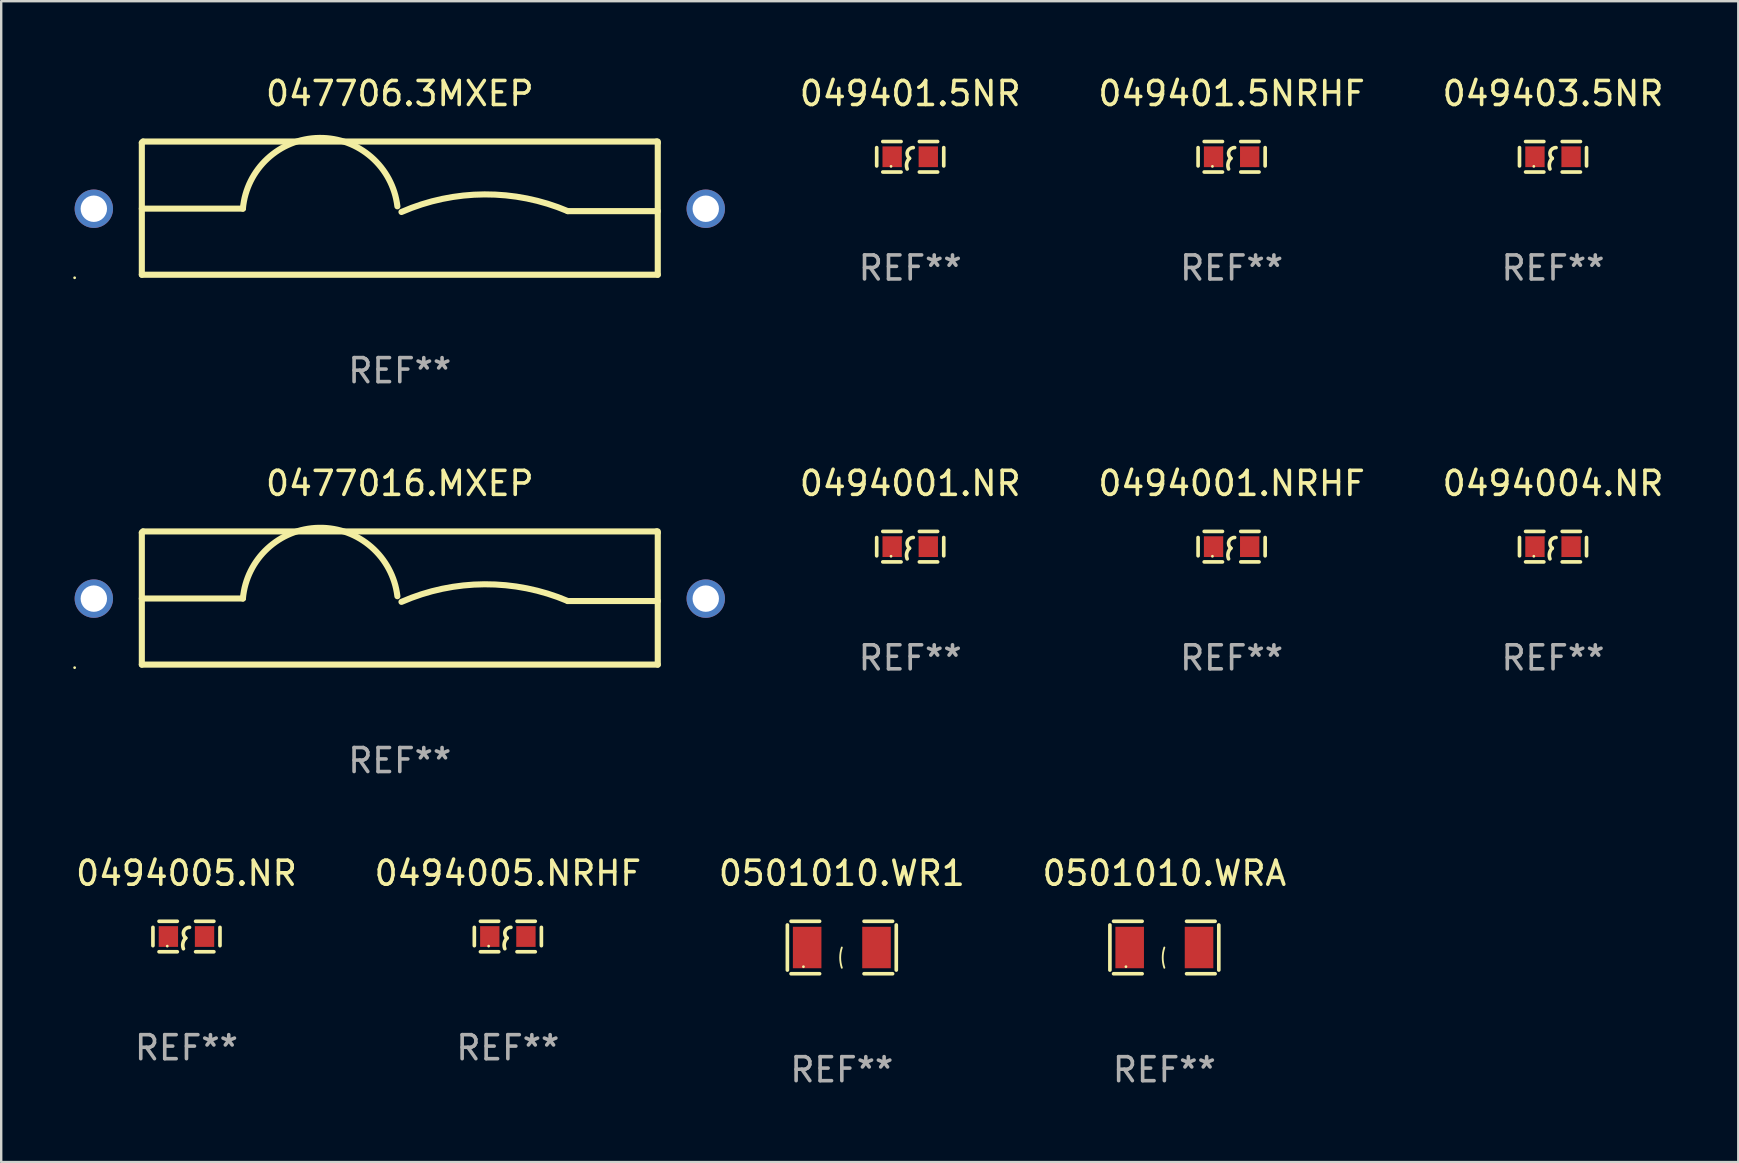
<source format=kicad_pcb>
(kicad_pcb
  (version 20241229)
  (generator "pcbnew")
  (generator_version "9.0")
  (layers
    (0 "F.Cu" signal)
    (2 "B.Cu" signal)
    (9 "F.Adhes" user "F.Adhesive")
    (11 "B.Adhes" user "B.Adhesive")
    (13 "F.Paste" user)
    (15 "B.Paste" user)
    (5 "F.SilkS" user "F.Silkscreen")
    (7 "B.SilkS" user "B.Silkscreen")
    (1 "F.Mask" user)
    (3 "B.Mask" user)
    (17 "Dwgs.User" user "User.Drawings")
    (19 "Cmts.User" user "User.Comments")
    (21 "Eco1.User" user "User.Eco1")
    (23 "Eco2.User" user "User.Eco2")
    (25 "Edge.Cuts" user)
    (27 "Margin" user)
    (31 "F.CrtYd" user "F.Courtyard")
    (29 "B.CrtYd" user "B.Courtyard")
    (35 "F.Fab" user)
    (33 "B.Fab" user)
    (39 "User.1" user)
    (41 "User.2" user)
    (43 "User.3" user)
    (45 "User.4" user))
  (footprint "0494001.NR"
    (layer "F.Cu")
    (at 34.88 19.73)
    (property "Reference" "0494001.NR" (at 0 -2.635 0) (layer "F.SilkS") (effects (font (size 1 1) (thickness 0.15))))
    (attr through_hole)
    (fp_line (start -1.397 -0.381) (end -1.397 0.381) (stroke (width 0.152) (type solid)) (layer "F.SilkS"))
    (fp_line (start -0.381 -0.635) (end -1.143 -0.635) (stroke (width 0.152) (type solid)) (layer "F.SilkS"))
    (fp_line (start -0.381 0.635) (end -1.143 0.635) (stroke (width 0.152) (type solid)) (layer "F.SilkS"))
    (fp_line (start 0.381 -0.635) (end 1.143 -0.635) (stroke (width 0.152) (type solid)) (layer "F.SilkS"))
    (fp_line (start 0.381 0.635) (end 1.143 0.635) (stroke (width 0.152) (type solid)) (layer "F.SilkS"))
    (fp_line (start 1.397 -0.381) (end 1.397 0.381) (stroke (width 0.152) (type solid)) (layer "F.SilkS"))
    (fp_arc (start -0.127 0.508001) (mid -0.146523 0.271131) (end -0.030861 0.0635) (stroke (width 0.151994) (type solid)) (layer "F.SilkS"))
    (fp_arc (start -0.03175 0.0635) (mid -0.113571 -0.216321) (end 0.127001 -0.381002) (stroke (width 0.151994) (type solid)) (layer "F.SilkS"))
    (fp_circle (center -0.8 0.4) (end -0.77 0.4) (stroke (width 0.06) (type solid)) (fill no) (layer "F.SilkS"))
    (fp_text user "REF**" (at 0 4.635 0) (layer "F.Fab") (effects (font (size 1 1) (thickness 0.15))))
    (pad "1" smd rect (at -0.753 0) (size 0.806 0.864) (layers "F.Cu" "F.Mask" "F.Paste"))
    (pad "2" smd rect (at 0.753 0) (size 0.806 0.864) (layers "F.Cu" "F.Mask" "F.Paste")))
  (footprint "049401.5NRHF"
    (layer "F.Cu")
    (at 48.273 3.483)
    (property "Reference" "049401.5NRHF" (at 0 -2.635 0) (layer "F.SilkS") (effects (font (size 1 1) (thickness 0.15))))
    (attr through_hole)
    (fp_line (start -1.397 -0.381) (end -1.397 0.381) (stroke (width 0.152) (type solid)) (layer "F.SilkS"))
    (fp_line (start -0.381 -0.635) (end -1.143 -0.635) (stroke (width 0.152) (type solid)) (layer "F.SilkS"))
    (fp_line (start -0.381 0.635) (end -1.143 0.635) (stroke (width 0.152) (type solid)) (layer "F.SilkS"))
    (fp_line (start 0.381 -0.635) (end 1.143 -0.635) (stroke (width 0.152) (type solid)) (layer "F.SilkS"))
    (fp_line (start 0.381 0.635) (end 1.143 0.635) (stroke (width 0.152) (type solid)) (layer "F.SilkS"))
    (fp_line (start 1.397 -0.381) (end 1.397 0.381) (stroke (width 0.152) (type solid)) (layer "F.SilkS"))
    (fp_arc (start -0.127 0.508001) (mid -0.146523 0.271131) (end -0.030861 0.0635) (stroke (width 0.151994) (type solid)) (layer "F.SilkS"))
    (fp_arc (start -0.03175 0.0635) (mid -0.113571 -0.216321) (end 0.127001 -0.381002) (stroke (width 0.151994) (type solid)) (layer "F.SilkS"))
    (fp_circle (center -0.8 0.4) (end -0.77 0.4) (stroke (width 0.06) (type solid)) (fill no) (layer "F.SilkS"))
    (fp_text user "REF**" (at 0 4.635 0) (layer "F.Fab") (effects (font (size 1 1) (thickness 0.15))))
    (pad "1" smd rect (at -0.753 0) (size 0.806 0.864) (layers "F.Cu" "F.Mask" "F.Paste"))
    (pad "2" smd rect (at 0.753 0) (size 0.806 0.864) (layers "F.Cu" "F.Mask" "F.Paste")))
  (footprint "049403.5NR"
    (layer "F.Cu")
    (at 61.666 3.483)
    (property "Reference" "049403.5NR" (at 0 -2.635 0) (layer "F.SilkS") (effects (font (size 1 1) (thickness 0.15))))
    (attr through_hole)
    (fp_line (start -1.397 -0.381) (end -1.397 0.381) (stroke (width 0.152) (type solid)) (layer "F.SilkS"))
    (fp_line (start -0.381 -0.635) (end -1.143 -0.635) (stroke (width 0.152) (type solid)) (layer "F.SilkS"))
    (fp_line (start -0.381 0.635) (end -1.143 0.635) (stroke (width 0.152) (type solid)) (layer "F.SilkS"))
    (fp_line (start 0.381 -0.635) (end 1.143 -0.635) (stroke (width 0.152) (type solid)) (layer "F.SilkS"))
    (fp_line (start 0.381 0.635) (end 1.143 0.635) (stroke (width 0.152) (type solid)) (layer "F.SilkS"))
    (fp_line (start 1.397 -0.381) (end 1.397 0.381) (stroke (width 0.152) (type solid)) (layer "F.SilkS"))
    (fp_arc (start -0.127 0.508001) (mid -0.146523 0.271131) (end -0.030861 0.0635) (stroke (width 0.151994) (type solid)) (layer "F.SilkS"))
    (fp_arc (start -0.03175 0.0635) (mid -0.113571 -0.216321) (end 0.127001 -0.381002) (stroke (width 0.151994) (type solid)) (layer "F.SilkS"))
    (fp_circle (center -0.8 0.4) (end -0.77 0.4) (stroke (width 0.06) (type solid)) (fill no) (layer "F.SilkS"))
    (fp_text user "REF**" (at 0 4.635 0) (layer "F.Fab") (effects (font (size 1 1) (thickness 0.15))))
    (pad "1" smd rect (at -0.753 0) (size 0.806 0.864) (layers "F.Cu" "F.Mask" "F.Paste"))
    (pad "2" smd rect (at 0.753 0) (size 0.806 0.864) (layers "F.Cu" "F.Mask" "F.Paste")))
  (footprint "0494001.NRHF"
    (layer "F.Cu")
    (at 48.273 19.73)
    (property "Reference" "0494001.NRHF" (at 0 -2.635 0) (layer "F.SilkS") (effects (font (size 1 1) (thickness 0.15))))
    (attr through_hole)
    (fp_line (start -1.397 -0.381) (end -1.397 0.381) (stroke (width 0.152) (type solid)) (layer "F.SilkS"))
    (fp_line (start -0.381 -0.635) (end -1.143 -0.635) (stroke (width 0.152) (type solid)) (layer "F.SilkS"))
    (fp_line (start -0.381 0.635) (end -1.143 0.635) (stroke (width 0.152) (type solid)) (layer "F.SilkS"))
    (fp_line (start 0.381 -0.635) (end 1.143 -0.635) (stroke (width 0.152) (type solid)) (layer "F.SilkS"))
    (fp_line (start 0.381 0.635) (end 1.143 0.635) (stroke (width 0.152) (type solid)) (layer "F.SilkS"))
    (fp_line (start 1.397 -0.381) (end 1.397 0.381) (stroke (width 0.152) (type solid)) (layer "F.SilkS"))
    (fp_arc (start -0.127 0.508001) (mid -0.146523 0.271131) (end -0.030861 0.0635) (stroke (width 0.151994) (type solid)) (layer "F.SilkS"))
    (fp_arc (start -0.03175 0.0635) (mid -0.113571 -0.216321) (end 0.127001 -0.381002) (stroke (width 0.151994) (type solid)) (layer "F.SilkS"))
    (fp_circle (center -0.8 0.4) (end -0.77 0.4) (stroke (width 0.06) (type solid)) (fill no) (layer "F.SilkS"))
    (fp_text user "REF**" (at 0 4.635 0) (layer "F.Fab") (effects (font (size 1 1) (thickness 0.15))))
    (pad "1" smd rect (at -0.753 0) (size 0.806 0.864) (layers "F.Cu" "F.Mask" "F.Paste"))
    (pad "2" smd rect (at 0.753 0) (size 0.806 0.864) (layers "F.Cu" "F.Mask" "F.Paste")))
  (footprint "047706.3MXEP"
    (layer "F.Cu")
    (at 13.61 5.623)
    (property "Reference" "047706.3MXEP" (at 0 -4.775 0) (layer "F.SilkS") (effects (font (size 1 1) (thickness 0.15))))
    (attr through_hole)
    (fp_line (start -10.75 -2.725) (end -10.7 -2.775) (stroke (width 0.254) (type solid)) (layer "F.SilkS"))
    (fp_line (start -10.75 2.775) (end -10.75 -2.725) (stroke (width 0.254) (type solid)) (layer "F.SilkS"))
    (fp_line (start -10.75 2.775) (end 10.75 2.775) (stroke (width 0.254) (type solid)) (layer "F.SilkS"))
    (fp_line (start -10.7 -2.775) (end 10.7 -2.775) (stroke (width 0.254) (type solid)) (layer "F.SilkS"))
    (fp_line (start -6.538 0.021) (end -10.75 0.021) (stroke (width 0.254) (type solid)) (layer "F.SilkS"))
    (fp_line (start 7 0.125) (end 10.75 0.125) (stroke (width 0.254) (type solid)) (layer "F.SilkS"))
    (fp_line (start 10.7 -2.775) (end 10.75 -2.725) (stroke (width 0.254) (type solid)) (layer "F.SilkS"))
    (fp_line (start 10.75 2.775) (end 10.75 -2.775) (stroke (width 0.254) (type solid)) (layer "F.SilkS"))
    (fp_arc (start -6.538277 0.020573) (mid -3.362163 -2.925392) (end -0.1 -0.075006) (stroke (width 0.254001) (type solid)) (layer "F.SilkS"))
    (fp_arc (start 0.069571 0.160528) (mid 3.531132 -0.572293) (end 7.000025 0.124994) (stroke (width 0.254001) (type solid)) (layer "F.SilkS"))
    (fp_circle (center -13.55 2.902) (end -13.52 2.902) (stroke (width 0.06) (type solid)) (fill no) (layer "F.SilkS"))
    (fp_text user "REF**" (at 0 6.775 0) (layer "F.Fab") (effects (font (size 1 1) (thickness 0.15))))
    (pad "1" thru_hole circle (at -12.75 0.025) (size 1.6 1.6) (drill 1.1) (layers "*.Cu" "*.Mask"))
    (pad "2" thru_hole circle (at 12.75 0.025) (size 1.6 1.6) (drill 1.1) (layers "*.Cu" "*.Mask")))
  (footprint "0494004.NR"
    (layer "F.Cu")
    (at 61.666 19.73)
    (property "Reference" "0494004.NR" (at 0 -2.635 0) (layer "F.SilkS") (effects (font (size 1 1) (thickness 0.15))))
    (attr through_hole)
    (fp_line (start -1.397 -0.381) (end -1.397 0.381) (stroke (width 0.152) (type solid)) (layer "F.SilkS"))
    (fp_line (start -0.381 -0.635) (end -1.143 -0.635) (stroke (width 0.152) (type solid)) (layer "F.SilkS"))
    (fp_line (start -0.381 0.635) (end -1.143 0.635) (stroke (width 0.152) (type solid)) (layer "F.SilkS"))
    (fp_line (start 0.381 -0.635) (end 1.143 -0.635) (stroke (width 0.152) (type solid)) (layer "F.SilkS"))
    (fp_line (start 0.381 0.635) (end 1.143 0.635) (stroke (width 0.152) (type solid)) (layer "F.SilkS"))
    (fp_line (start 1.397 -0.381) (end 1.397 0.381) (stroke (width 0.152) (type solid)) (layer "F.SilkS"))
    (fp_arc (start -0.127 0.508001) (mid -0.146523 0.271131) (end -0.030861 0.0635) (stroke (width 0.151994) (type solid)) (layer "F.SilkS"))
    (fp_arc (start -0.03175 0.0635) (mid -0.113571 -0.216321) (end 0.127001 -0.381002) (stroke (width 0.151994) (type solid)) (layer "F.SilkS"))
    (fp_circle (center -0.8 0.4) (end -0.77 0.4) (stroke (width 0.06) (type solid)) (fill no) (layer "F.SilkS"))
    (fp_text user "REF**" (at 0 4.635 0) (layer "F.Fab") (effects (font (size 1 1) (thickness 0.15))))
    (pad "1" smd rect (at -0.753 0) (size 0.806 0.864) (layers "F.Cu" "F.Mask" "F.Paste"))
    (pad "2" smd rect (at 0.753 0) (size 0.806 0.864) (layers "F.Cu" "F.Mask" "F.Paste")))
  (footprint "0501010.WR1"
    (layer "F.Cu")
    (at 32.03 36.434)
    (property "Reference" "0501010.WR1" (at 0 -3.093 0) (layer "F.SilkS") (effects (font (size 1 1) (thickness 0.15))))
    (attr through_hole)
    (fp_line (start -2.269 -0.94) (end -2.269 0.94) (stroke (width 0.152) (type solid)) (layer "F.SilkS"))
    (fp_line (start -2.116 1.093) (end -0.926 1.093) (stroke (width 0.152) (type solid)) (layer "F.SilkS"))
    (fp_line (start -0.926 -1.093) (end -2.116 -1.093) (stroke (width 0.152) (type solid)) (layer "F.SilkS"))
    (fp_line (start 0.926 -1.093) (end 2.116 -1.093) (stroke (width 0.152) (type solid)) (layer "F.SilkS"))
    (fp_line (start 2.116 1.093) (end 0.926 1.093) (stroke (width 0.152) (type solid)) (layer "F.SilkS"))
    (fp_line (start 2.269 -0.94) (end 2.269 0.94) (stroke (width 0.152) (type solid)) (layer "F.SilkS"))
    (fp_arc (start 0 0.844951) (mid -0.068559 0.422475) (end 0 0) (stroke (width 0.0762) (type solid)) (layer "F.SilkS"))
    (fp_circle (center -1.6 0.8) (end -1.57 0.8) (stroke (width 0.06) (type solid)) (fill no) (layer "F.SilkS"))
    (fp_text user "REF**" (at 0 5.093 0) (layer "F.Fab") (effects (font (size 1 1) (thickness 0.15))))
    (pad "1" smd rect (at -1.445 0) (size 1.19 1.728) (layers "F.Cu" "F.Mask" "F.Paste"))
    (pad "2" smd rect (at 1.445 0) (size 1.19 1.728) (layers "F.Cu" "F.Mask" "F.Paste")))
  (footprint "049401.5NR"
    (layer "F.Cu")
    (at 34.88 3.483)
    (property "Reference" "049401.5NR" (at 0 -2.635 0) (layer "F.SilkS") (effects (font (size 1 1) (thickness 0.15))))
    (attr through_hole)
    (fp_line (start -1.397 -0.381) (end -1.397 0.381) (stroke (width 0.152) (type solid)) (layer "F.SilkS"))
    (fp_line (start -0.381 -0.635) (end -1.143 -0.635) (stroke (width 0.152) (type solid)) (layer "F.SilkS"))
    (fp_line (start -0.381 0.635) (end -1.143 0.635) (stroke (width 0.152) (type solid)) (layer "F.SilkS"))
    (fp_line (start 0.381 -0.635) (end 1.143 -0.635) (stroke (width 0.152) (type solid)) (layer "F.SilkS"))
    (fp_line (start 0.381 0.635) (end 1.143 0.635) (stroke (width 0.152) (type solid)) (layer "F.SilkS"))
    (fp_line (start 1.397 -0.381) (end 1.397 0.381) (stroke (width 0.152) (type solid)) (layer "F.SilkS"))
    (fp_arc (start -0.127 0.508001) (mid -0.146523 0.271131) (end -0.030861 0.0635) (stroke (width 0.151994) (type solid)) (layer "F.SilkS"))
    (fp_arc (start -0.03175 0.0635) (mid -0.113571 -0.216321) (end 0.127001 -0.381002) (stroke (width 0.151994) (type solid)) (layer "F.SilkS"))
    (fp_circle (center -0.8 0.4) (end -0.77 0.4) (stroke (width 0.06) (type solid)) (fill no) (layer "F.SilkS"))
    (fp_text user "REF**" (at 0 4.635 0) (layer "F.Fab") (effects (font (size 1 1) (thickness 0.15))))
    (pad "1" smd rect (at -0.753 0) (size 0.806 0.864) (layers "F.Cu" "F.Mask" "F.Paste"))
    (pad "2" smd rect (at 0.753 0) (size 0.806 0.864) (layers "F.Cu" "F.Mask" "F.Paste")))
  (footprint "0494005.NR"
    (layer "F.Cu")
    (at 4.72 35.976)
    (property "Reference" "0494005.NR" (at 0 -2.635 0) (layer "F.SilkS") (effects (font (size 1 1) (thickness 0.15))))
    (attr through_hole)
    (fp_line (start -1.397 -0.381) (end -1.397 0.381) (stroke (width 0.152) (type solid)) (layer "F.SilkS"))
    (fp_line (start -0.381 -0.635) (end -1.143 -0.635) (stroke (width 0.152) (type solid)) (layer "F.SilkS"))
    (fp_line (start -0.381 0.635) (end -1.143 0.635) (stroke (width 0.152) (type solid)) (layer "F.SilkS"))
    (fp_line (start 0.381 -0.635) (end 1.143 -0.635) (stroke (width 0.152) (type solid)) (layer "F.SilkS"))
    (fp_line (start 0.381 0.635) (end 1.143 0.635) (stroke (width 0.152) (type solid)) (layer "F.SilkS"))
    (fp_line (start 1.397 -0.381) (end 1.397 0.381) (stroke (width 0.152) (type solid)) (layer "F.SilkS"))
    (fp_arc (start -0.127 0.508001) (mid -0.146523 0.271131) (end -0.030861 0.0635) (stroke (width 0.151994) (type solid)) (layer "F.SilkS"))
    (fp_arc (start -0.03175 0.0635) (mid -0.113571 -0.216321) (end 0.127001 -0.381002) (stroke (width 0.151994) (type solid)) (layer "F.SilkS"))
    (fp_circle (center -0.8 0.4) (end -0.77 0.4) (stroke (width 0.06) (type solid)) (fill no) (layer "F.SilkS"))
    (fp_text user "REF**" (at 0 4.635 0) (layer "F.Fab") (effects (font (size 1 1) (thickness 0.15))))
    (pad "1" smd rect (at -0.753 0) (size 0.806 0.864) (layers "F.Cu" "F.Mask" "F.Paste"))
    (pad "2" smd rect (at 0.753 0) (size 0.806 0.864) (layers "F.Cu" "F.Mask" "F.Paste")))
  (footprint "0494005.NRHF"
    (layer "F.Cu")
    (at 18.113 35.976)
    (property "Reference" "0494005.NRHF" (at 0 -2.635 0) (layer "F.SilkS") (effects (font (size 1 1) (thickness 0.15))))
    (attr through_hole)
    (fp_line (start -1.397 -0.381) (end -1.397 0.381) (stroke (width 0.152) (type solid)) (layer "F.SilkS"))
    (fp_line (start -0.381 -0.635) (end -1.143 -0.635) (stroke (width 0.152) (type solid)) (layer "F.SilkS"))
    (fp_line (start -0.381 0.635) (end -1.143 0.635) (stroke (width 0.152) (type solid)) (layer "F.SilkS"))
    (fp_line (start 0.381 -0.635) (end 1.143 -0.635) (stroke (width 0.152) (type solid)) (layer "F.SilkS"))
    (fp_line (start 0.381 0.635) (end 1.143 0.635) (stroke (width 0.152) (type solid)) (layer "F.SilkS"))
    (fp_line (start 1.397 -0.381) (end 1.397 0.381) (stroke (width 0.152) (type solid)) (layer "F.SilkS"))
    (fp_arc (start -0.127 0.508001) (mid -0.146523 0.271131) (end -0.030861 0.0635) (stroke (width 0.151994) (type solid)) (layer "F.SilkS"))
    (fp_arc (start -0.03175 0.0635) (mid -0.113571 -0.216321) (end 0.127001 -0.381002) (stroke (width 0.151994) (type solid)) (layer "F.SilkS"))
    (fp_circle (center -0.8 0.4) (end -0.77 0.4) (stroke (width 0.06) (type solid)) (fill no) (layer "F.SilkS"))
    (fp_text user "REF**" (at 0 4.635 0) (layer "F.Fab") (effects (font (size 1 1) (thickness 0.15))))
    (pad "1" smd rect (at -0.753 0) (size 0.806 0.864) (layers "F.Cu" "F.Mask" "F.Paste"))
    (pad "2" smd rect (at 0.753 0) (size 0.806 0.864) (layers "F.Cu" "F.Mask" "F.Paste")))
  (footprint "0477016.MXEP"
    (layer "F.Cu")
    (at 13.61 21.87)
    (property "Reference" "0477016.MXEP" (at 0 -4.775 0) (layer "F.SilkS") (effects (font (size 1 1) (thickness 0.15))))
    (attr through_hole)
    (fp_line (start -10.75 -2.725) (end -10.7 -2.775) (stroke (width 0.254) (type solid)) (layer "F.SilkS"))
    (fp_line (start -10.75 2.775) (end -10.75 -2.725) (stroke (width 0.254) (type solid)) (layer "F.SilkS"))
    (fp_line (start -10.75 2.775) (end 10.75 2.775) (stroke (width 0.254) (type solid)) (layer "F.SilkS"))
    (fp_line (start -10.7 -2.775) (end 10.7 -2.775) (stroke (width 0.254) (type solid)) (layer "F.SilkS"))
    (fp_line (start -6.538 0.021) (end -10.75 0.021) (stroke (width 0.254) (type solid)) (layer "F.SilkS"))
    (fp_line (start 7 0.125) (end 10.75 0.125) (stroke (width 0.254) (type solid)) (layer "F.SilkS"))
    (fp_line (start 10.7 -2.775) (end 10.75 -2.725) (stroke (width 0.254) (type solid)) (layer "F.SilkS"))
    (fp_line (start 10.75 2.775) (end 10.75 -2.775) (stroke (width 0.254) (type solid)) (layer "F.SilkS"))
    (fp_arc (start -6.538277 0.020573) (mid -3.362163 -2.925392) (end -0.1 -0.075006) (stroke (width 0.254001) (type solid)) (layer "F.SilkS"))
    (fp_arc (start 0.069571 0.160528) (mid 3.531132 -0.572293) (end 7.000025 0.124994) (stroke (width 0.254001) (type solid)) (layer "F.SilkS"))
    (fp_circle (center -13.55 2.902) (end -13.52 2.902) (stroke (width 0.06) (type solid)) (fill no) (layer "F.SilkS"))
    (fp_text user "REF**" (at 0 6.775 0) (layer "F.Fab") (effects (font (size 1 1) (thickness 0.15))))
    (pad "1" thru_hole circle (at -12.75 0.025) (size 1.6 1.6) (drill 1.1) (layers "*.Cu" "*.Mask"))
    (pad "2" thru_hole circle (at 12.75 0.025) (size 1.6 1.6) (drill 1.1) (layers "*.Cu" "*.Mask")))
  (footprint "0501010.WRA"
    (layer "F.Cu")
    (at 45.47 36.434)
    (property "Reference" "0501010.WRA" (at 0 -3.093 0) (layer "F.SilkS") (effects (font (size 1 1) (thickness 0.15))))
    (attr through_hole)
    (fp_line (start -2.269 -0.94) (end -2.269 0.94) (stroke (width 0.152) (type solid)) (layer "F.SilkS"))
    (fp_line (start -2.116 1.093) (end -0.926 1.093) (stroke (width 0.152) (type solid)) (layer "F.SilkS"))
    (fp_line (start -0.926 -1.093) (end -2.116 -1.093) (stroke (width 0.152) (type solid)) (layer "F.SilkS"))
    (fp_line (start 0.926 -1.093) (end 2.116 -1.093) (stroke (width 0.152) (type solid)) (layer "F.SilkS"))
    (fp_line (start 2.116 1.093) (end 0.926 1.093) (stroke (width 0.152) (type solid)) (layer "F.SilkS"))
    (fp_line (start 2.269 -0.94) (end 2.269 0.94) (stroke (width 0.152) (type solid)) (layer "F.SilkS"))
    (fp_arc (start 0 0.844951) (mid -0.068559 0.422475) (end 0 0) (stroke (width 0.0762) (type solid)) (layer "F.SilkS"))
    (fp_circle (center -1.6 0.8) (end -1.57 0.8) (stroke (width 0.06) (type solid)) (fill no) (layer "F.SilkS"))
    (fp_text user "REF**" (at 0 5.093 0) (layer "F.Fab") (effects (font (size 1 1) (thickness 0.15))))
    (pad "1" smd rect (at -1.445 0) (size 1.19 1.728) (layers "F.Cu" "F.Mask" "F.Paste"))
    (pad "2" smd rect (at 1.445 0) (size 1.19 1.728) (layers "F.Cu" "F.Mask" "F.Paste")))
  (gr_rect
    (start -3 -3)
    (end 69.386 45.375)
    (stroke (width 0.1) (type default))
    (fill no)
    (layer "Edge.Cuts")))
</source>
